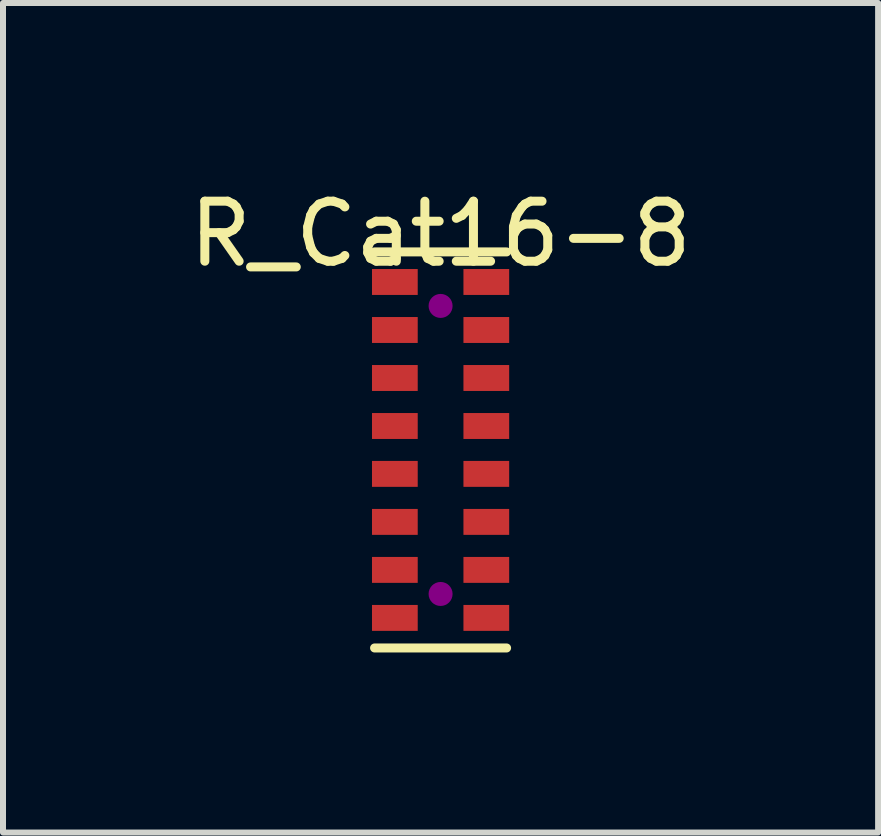
<source format=kicad_pcb>
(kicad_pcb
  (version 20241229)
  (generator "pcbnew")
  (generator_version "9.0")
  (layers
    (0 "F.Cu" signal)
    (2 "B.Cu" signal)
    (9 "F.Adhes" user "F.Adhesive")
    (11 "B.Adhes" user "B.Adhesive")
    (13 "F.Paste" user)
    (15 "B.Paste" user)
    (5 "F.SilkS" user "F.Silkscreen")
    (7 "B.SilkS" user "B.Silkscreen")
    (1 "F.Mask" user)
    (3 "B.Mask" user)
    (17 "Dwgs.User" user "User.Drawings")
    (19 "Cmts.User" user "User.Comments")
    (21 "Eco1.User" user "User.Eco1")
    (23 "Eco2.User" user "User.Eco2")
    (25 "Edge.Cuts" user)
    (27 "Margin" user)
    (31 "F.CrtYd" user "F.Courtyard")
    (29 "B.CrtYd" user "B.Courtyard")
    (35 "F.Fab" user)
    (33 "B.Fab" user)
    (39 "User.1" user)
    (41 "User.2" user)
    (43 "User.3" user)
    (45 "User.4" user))
  (footprint "R_Cat16-8"
    (layer "F.Cu")
    (at 4.292 4.448)
    (property "Reference" "R_Cat16-8" (at 0 -3.6 0) (layer "F.SilkS") (effects (font (size 1 1) (thickness 0.15))))
    (attr through_hole)
    (fp_line (start -1.1 -3.3) (end 1.1 -3.3) (stroke (width 0.15) (type solid)) (layer "F.SilkS"))
    (fp_line (start -1.1 3.3) (end 1.1 3.3) (stroke (width 0.15) (type solid)) (layer "F.SilkS"))
    (fp_circle (center 0 -2.4) (end 0.1 -2.4) (stroke (width 0.2) (type solid)) (fill no) (layer "F.Adhes"))
    (fp_circle (center 0 2.4) (end 0.1 2.4) (stroke (width 0.2) (type solid)) (fill no) (layer "F.Adhes"))
    (pad "1" smd rect (at 0.762 2.799) (size 0.762 0.432) (layers "F.Cu" "F.Mask" "F.Paste"))
    (pad "2" smd rect (at 0.762 1.999) (size 0.762 0.432) (layers "F.Cu" "F.Mask" "F.Paste"))
    (pad "3" smd rect (at 0.762 1.199) (size 0.762 0.432) (layers "F.Cu" "F.Mask" "F.Paste"))
    (pad "4" smd rect (at 0.762 0.399) (size 0.762 0.432) (layers "F.Cu" "F.Mask" "F.Paste"))
    (pad "5" smd rect (at 0.762 -0.399) (size 0.762 0.432) (layers "F.Cu" "F.Mask" "F.Paste"))
    (pad "6" smd rect (at 0.762 -1.199) (size 0.762 0.432) (layers "F.Cu" "F.Mask" "F.Paste"))
    (pad "7" smd rect (at 0.762 -1.999) (size 0.762 0.432) (layers "F.Cu" "F.Mask" "F.Paste"))
    (pad "8" smd rect (at 0.762 -2.799) (size 0.762 0.432) (layers "F.Cu" "F.Mask" "F.Paste"))
    (pad "9" smd rect (at -0.762 -2.799) (size 0.762 0.432) (layers "F.Cu" "F.Mask" "F.Paste"))
    (pad "10" smd rect (at -0.762 -1.999) (size 0.762 0.432) (layers "F.Cu" "F.Mask" "F.Paste"))
    (pad "11" smd rect (at -0.762 -1.199) (size 0.762 0.432) (layers "F.Cu" "F.Mask" "F.Paste"))
    (pad "12" smd rect (at -0.762 -0.399) (size 0.762 0.432) (layers "F.Cu" "F.Mask" "F.Paste"))
    (pad "13" smd rect (at -0.762 0.399) (size 0.762 0.432) (layers "F.Cu" "F.Mask" "F.Paste"))
    (pad "14" smd rect (at -0.762 1.199) (size 0.762 0.432) (layers "F.Cu" "F.Mask" "F.Paste"))
    (pad "15" smd rect (at -0.762 1.999) (size 0.762 0.432) (layers "F.Cu" "F.Mask" "F.Paste"))
    (pad "16" smd rect (at -0.762 2.799) (size 0.762 0.432) (layers "F.Cu" "F.Mask" "F.Paste")))
  (gr_rect
    (start -3 -3)
    (end 11.583 10.823)
    (stroke (width 0.1) (type default))
    (fill no)
    (layer "Edge.Cuts")))
</source>
